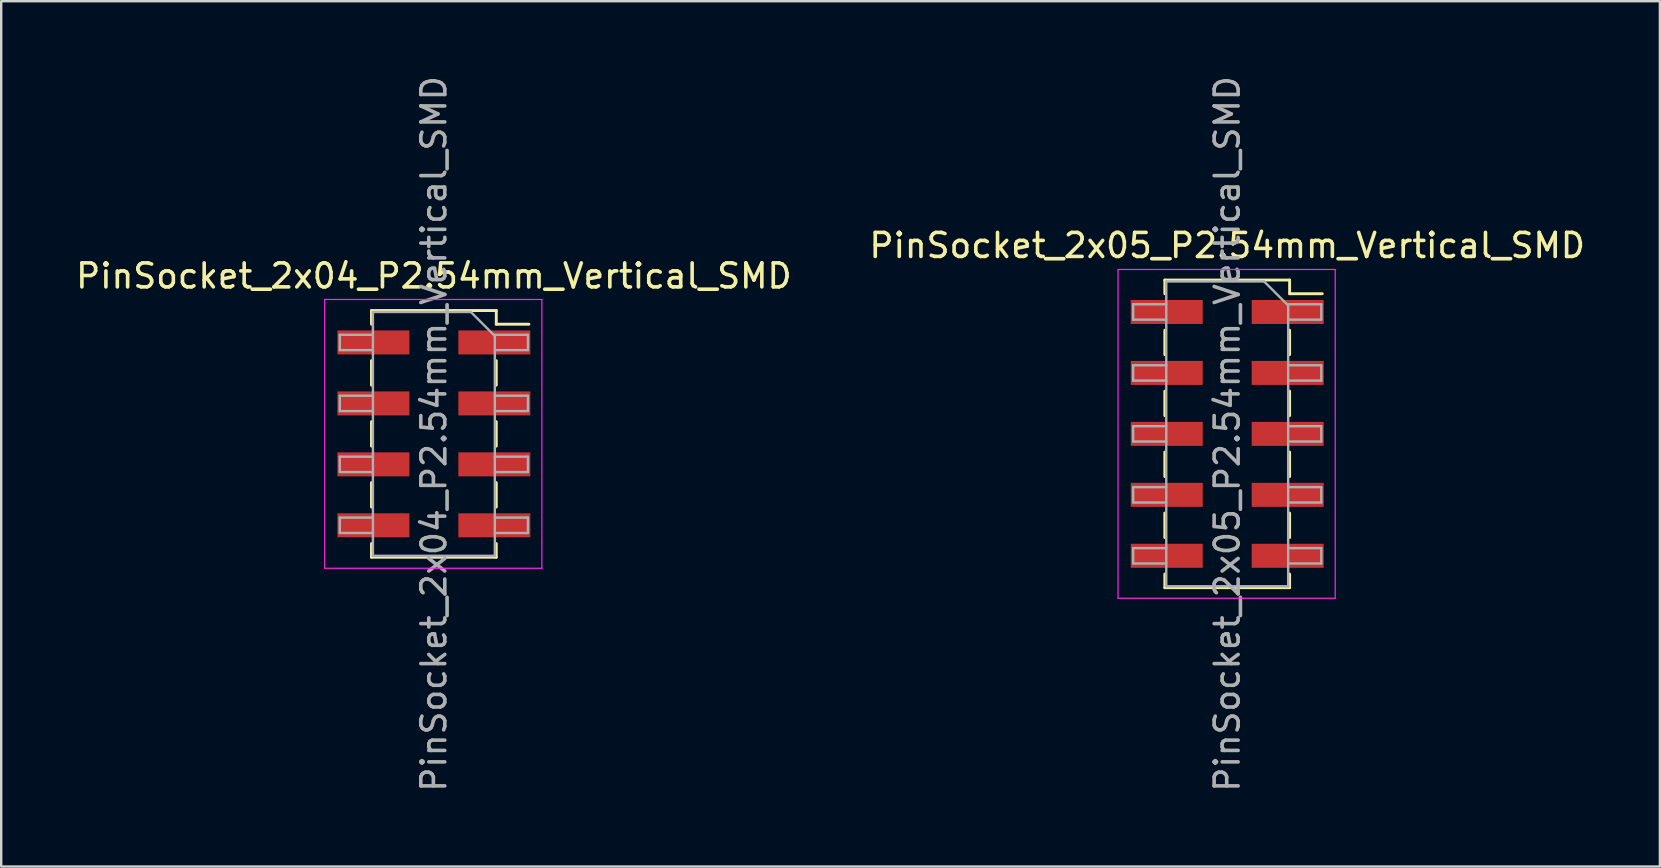
<source format=kicad_pcb>
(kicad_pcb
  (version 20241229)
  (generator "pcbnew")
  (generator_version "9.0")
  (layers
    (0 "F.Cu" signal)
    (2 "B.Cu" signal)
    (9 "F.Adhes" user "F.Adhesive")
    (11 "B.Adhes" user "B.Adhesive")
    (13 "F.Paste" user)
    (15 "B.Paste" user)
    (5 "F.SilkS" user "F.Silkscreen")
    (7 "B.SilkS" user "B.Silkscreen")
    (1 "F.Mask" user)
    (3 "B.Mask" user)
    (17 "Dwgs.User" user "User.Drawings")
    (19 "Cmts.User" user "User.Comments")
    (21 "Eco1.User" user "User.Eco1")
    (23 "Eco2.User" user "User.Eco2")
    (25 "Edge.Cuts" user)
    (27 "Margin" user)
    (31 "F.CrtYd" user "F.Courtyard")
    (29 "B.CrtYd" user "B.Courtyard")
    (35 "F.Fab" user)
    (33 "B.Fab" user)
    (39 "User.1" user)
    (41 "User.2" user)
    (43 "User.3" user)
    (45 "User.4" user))
  (footprint "PinSocket_2x04_P2.54mm_Vertical_SMD"
    (layer "F.Cu")
    (at 15.03 15.03)
    (property "Reference" "PinSocket_2x04_P2.54mm_Vertical_SMD" (at 0 -6.58 0) (layer "F.SilkS") (effects (font (size 1 1) (thickness 0.15))))
    (attr smd)
    (fp_line (start -2.6 -5.14) (end -2.6 -4.57) (stroke (width 0.12) (type solid)) (layer "F.SilkS"))
    (fp_line (start -2.6 -5.14) (end 2.6 -5.14) (stroke (width 0.12) (type solid)) (layer "F.SilkS"))
    (fp_line (start -2.6 -3.05) (end -2.6 -2.03) (stroke (width 0.12) (type solid)) (layer "F.SilkS"))
    (fp_line (start -2.6 -0.51) (end -2.6 0.51) (stroke (width 0.12) (type solid)) (layer "F.SilkS"))
    (fp_line (start -2.6 2.03) (end -2.6 3.05) (stroke (width 0.12) (type solid)) (layer "F.SilkS"))
    (fp_line (start -2.6 4.57) (end -2.6 5.14) (stroke (width 0.12) (type solid)) (layer "F.SilkS"))
    (fp_line (start -2.6 5.14) (end 2.6 5.14) (stroke (width 0.12) (type solid)) (layer "F.SilkS"))
    (fp_line (start 2.6 -5.14) (end 2.6 -4.57) (stroke (width 0.12) (type solid)) (layer "F.SilkS"))
    (fp_line (start 2.6 -4.57) (end 3.96 -4.57) (stroke (width 0.12) (type solid)) (layer "F.SilkS"))
    (fp_line (start 2.6 -3.05) (end 2.6 -2.03) (stroke (width 0.12) (type solid)) (layer "F.SilkS"))
    (fp_line (start 2.6 -0.51) (end 2.6 0.51) (stroke (width 0.12) (type solid)) (layer "F.SilkS"))
    (fp_line (start 2.6 2.03) (end 2.6 3.05) (stroke (width 0.12) (type solid)) (layer "F.SilkS"))
    (fp_line (start 2.6 4.57) (end 2.6 5.14) (stroke (width 0.12) (type solid)) (layer "F.SilkS"))
    (fp_line (start -4.55 -5.6) (end 4.5 -5.6) (stroke (width 0.05) (type solid)) (layer "F.CrtYd"))
    (fp_line (start -4.55 5.6) (end -4.55 -5.6) (stroke (width 0.05) (type solid)) (layer "F.CrtYd"))
    (fp_line (start 4.5 -5.6) (end 4.5 5.6) (stroke (width 0.05) (type solid)) (layer "F.CrtYd"))
    (fp_line (start 4.5 5.6) (end -4.55 5.6) (stroke (width 0.05) (type solid)) (layer "F.CrtYd"))
    (fp_line (start -3.92 -4.13) (end -2.54 -4.13) (stroke (width 0.1) (type solid)) (layer "F.Fab"))
    (fp_line (start -3.92 -3.49) (end -3.92 -4.13) (stroke (width 0.1) (type solid)) (layer "F.Fab"))
    (fp_line (start -3.92 -1.59) (end -2.54 -1.59) (stroke (width 0.1) (type solid)) (layer "F.Fab"))
    (fp_line (start -3.92 -0.95) (end -3.92 -1.59) (stroke (width 0.1) (type solid)) (layer "F.Fab"))
    (fp_line (start -3.92 0.95) (end -2.54 0.95) (stroke (width 0.1) (type solid)) (layer "F.Fab"))
    (fp_line (start -3.92 1.59) (end -3.92 0.95) (stroke (width 0.1) (type solid)) (layer "F.Fab"))
    (fp_line (start -3.92 3.49) (end -2.54 3.49) (stroke (width 0.1) (type solid)) (layer "F.Fab"))
    (fp_line (start -3.92 4.13) (end -3.92 3.49) (stroke (width 0.1) (type solid)) (layer "F.Fab"))
    (fp_line (start -2.54 -5.08) (end 1.54 -5.08) (stroke (width 0.1) (type solid)) (layer "F.Fab"))
    (fp_line (start -2.54 -3.49) (end -3.92 -3.49) (stroke (width 0.1) (type solid)) (layer "F.Fab"))
    (fp_line (start -2.54 -0.95) (end -3.92 -0.95) (stroke (width 0.1) (type solid)) (layer "F.Fab"))
    (fp_line (start -2.54 1.59) (end -3.92 1.59) (stroke (width 0.1) (type solid)) (layer "F.Fab"))
    (fp_line (start -2.54 4.13) (end -3.92 4.13) (stroke (width 0.1) (type solid)) (layer "F.Fab"))
    (fp_line (start -2.54 5.08) (end -2.54 -5.08) (stroke (width 0.1) (type solid)) (layer "F.Fab"))
    (fp_line (start 1.54 -5.08) (end 2.54 -4.08) (stroke (width 0.1) (type solid)) (layer "F.Fab"))
    (fp_line (start 2.54 -4.13) (end 3.92 -4.13) (stroke (width 0.1) (type solid)) (layer "F.Fab"))
    (fp_line (start 2.54 -4.08) (end 2.54 5.08) (stroke (width 0.1) (type solid)) (layer "F.Fab"))
    (fp_line (start 2.54 -1.59) (end 3.92 -1.59) (stroke (width 0.1) (type solid)) (layer "F.Fab"))
    (fp_line (start 2.54 0.95) (end 3.92 0.95) (stroke (width 0.1) (type solid)) (layer "F.Fab"))
    (fp_line (start 2.54 3.49) (end 3.92 3.49) (stroke (width 0.1) (type solid)) (layer "F.Fab"))
    (fp_line (start 2.54 5.08) (end -2.54 5.08) (stroke (width 0.1) (type solid)) (layer "F.Fab"))
    (fp_line (start 3.92 -4.13) (end 3.92 -3.49) (stroke (width 0.1) (type solid)) (layer "F.Fab"))
    (fp_line (start 3.92 -3.49) (end 2.54 -3.49) (stroke (width 0.1) (type solid)) (layer "F.Fab"))
    (fp_line (start 3.92 -1.59) (end 3.92 -0.95) (stroke (width 0.1) (type solid)) (layer "F.Fab"))
    (fp_line (start 3.92 -0.95) (end 2.54 -0.95) (stroke (width 0.1) (type solid)) (layer "F.Fab"))
    (fp_line (start 3.92 0.95) (end 3.92 1.59) (stroke (width 0.1) (type solid)) (layer "F.Fab"))
    (fp_line (start 3.92 1.59) (end 2.54 1.59) (stroke (width 0.1) (type solid)) (layer "F.Fab"))
    (fp_line (start 3.92 3.49) (end 3.92 4.13) (stroke (width 0.1) (type solid)) (layer "F.Fab"))
    (fp_line (start 3.92 4.13) (end 2.54 4.13) (stroke (width 0.1) (type solid)) (layer "F.Fab"))
    (fp_text user "${REFERENCE}" (at 0 0 90) (layer "F.Fab") (effects (font (size 1 1) (thickness 0.15))))
    (pad "1" smd rect (at 2.52 -3.81) (size 3 1) (layers "F.Cu" "F.Mask" "F.Paste"))
    (pad "2" smd rect (at -2.52 -3.81) (size 3 1) (layers "F.Cu" "F.Mask" "F.Paste"))
    (pad "3" smd rect (at 2.52 -1.27) (size 3 1) (layers "F.Cu" "F.Mask" "F.Paste"))
    (pad "4" smd rect (at -2.52 -1.27) (size 3 1) (layers "F.Cu" "F.Mask" "F.Paste"))
    (pad "5" smd rect (at 2.52 1.27) (size 3 1) (layers "F.Cu" "F.Mask" "F.Paste"))
    (pad "6" smd rect (at -2.52 1.27) (size 3 1) (layers "F.Cu" "F.Mask" "F.Paste"))
    (pad "7" smd rect (at 2.52 3.81) (size 3 1) (layers "F.Cu" "F.Mask" "F.Paste"))
    (pad "8" smd rect (at -2.52 3.81) (size 3 1) (layers "F.Cu" "F.Mask" "F.Paste")))
  (footprint "PinSocket_2x05_P2.54mm_Vertical_SMD"
    (layer "F.Cu")
    (at 48.089 15.03)
    (property "Reference" "PinSocket_2x05_P2.54mm_Vertical_SMD" (at 0 -7.85 0) (layer "F.SilkS") (effects (font (size 1 1) (thickness 0.15))))
    (attr smd)
    (fp_line (start -2.6 -6.41) (end -2.6 -5.84) (stroke (width 0.12) (type solid)) (layer "F.SilkS"))
    (fp_line (start -2.6 -6.41) (end 2.6 -6.41) (stroke (width 0.12) (type solid)) (layer "F.SilkS"))
    (fp_line (start -2.6 -4.32) (end -2.6 -3.3) (stroke (width 0.12) (type solid)) (layer "F.SilkS"))
    (fp_line (start -2.6 -1.78) (end -2.6 -0.76) (stroke (width 0.12) (type solid)) (layer "F.SilkS"))
    (fp_line (start -2.6 0.76) (end -2.6 1.78) (stroke (width 0.12) (type solid)) (layer "F.SilkS"))
    (fp_line (start -2.6 3.3) (end -2.6 4.32) (stroke (width 0.12) (type solid)) (layer "F.SilkS"))
    (fp_line (start -2.6 5.84) (end -2.6 6.41) (stroke (width 0.12) (type solid)) (layer "F.SilkS"))
    (fp_line (start -2.6 6.41) (end 2.6 6.41) (stroke (width 0.12) (type solid)) (layer "F.SilkS"))
    (fp_line (start 2.6 -6.41) (end 2.6 -5.84) (stroke (width 0.12) (type solid)) (layer "F.SilkS"))
    (fp_line (start 2.6 -5.84) (end 3.96 -5.84) (stroke (width 0.12) (type solid)) (layer "F.SilkS"))
    (fp_line (start 2.6 -4.32) (end 2.6 -3.3) (stroke (width 0.12) (type solid)) (layer "F.SilkS"))
    (fp_line (start 2.6 -1.78) (end 2.6 -0.76) (stroke (width 0.12) (type solid)) (layer "F.SilkS"))
    (fp_line (start 2.6 0.76) (end 2.6 1.78) (stroke (width 0.12) (type solid)) (layer "F.SilkS"))
    (fp_line (start 2.6 3.3) (end 2.6 4.32) (stroke (width 0.12) (type solid)) (layer "F.SilkS"))
    (fp_line (start 2.6 5.84) (end 2.6 6.41) (stroke (width 0.12) (type solid)) (layer "F.SilkS"))
    (fp_line (start -4.55 -6.85) (end 4.5 -6.85) (stroke (width 0.05) (type solid)) (layer "F.CrtYd"))
    (fp_line (start -4.55 6.85) (end -4.55 -6.85) (stroke (width 0.05) (type solid)) (layer "F.CrtYd"))
    (fp_line (start 4.5 -6.85) (end 4.5 6.85) (stroke (width 0.05) (type solid)) (layer "F.CrtYd"))
    (fp_line (start 4.5 6.85) (end -4.55 6.85) (stroke (width 0.05) (type solid)) (layer "F.CrtYd"))
    (fp_line (start -3.92 -5.4) (end -2.54 -5.4) (stroke (width 0.1) (type solid)) (layer "F.Fab"))
    (fp_line (start -3.92 -4.76) (end -3.92 -5.4) (stroke (width 0.1) (type solid)) (layer "F.Fab"))
    (fp_line (start -3.92 -2.86) (end -2.54 -2.86) (stroke (width 0.1) (type solid)) (layer "F.Fab"))
    (fp_line (start -3.92 -2.22) (end -3.92 -2.86) (stroke (width 0.1) (type solid)) (layer "F.Fab"))
    (fp_line (start -3.92 -0.32) (end -2.54 -0.32) (stroke (width 0.1) (type solid)) (layer "F.Fab"))
    (fp_line (start -3.92 0.32) (end -3.92 -0.32) (stroke (width 0.1) (type solid)) (layer "F.Fab"))
    (fp_line (start -3.92 2.22) (end -2.54 2.22) (stroke (width 0.1) (type solid)) (layer "F.Fab"))
    (fp_line (start -3.92 2.86) (end -3.92 2.22) (stroke (width 0.1) (type solid)) (layer "F.Fab"))
    (fp_line (start -3.92 4.76) (end -2.54 4.76) (stroke (width 0.1) (type solid)) (layer "F.Fab"))
    (fp_line (start -3.92 5.4) (end -3.92 4.76) (stroke (width 0.1) (type solid)) (layer "F.Fab"))
    (fp_line (start -2.54 -6.35) (end 1.54 -6.35) (stroke (width 0.1) (type solid)) (layer "F.Fab"))
    (fp_line (start -2.54 -4.76) (end -3.92 -4.76) (stroke (width 0.1) (type solid)) (layer "F.Fab"))
    (fp_line (start -2.54 -2.22) (end -3.92 -2.22) (stroke (width 0.1) (type solid)) (layer "F.Fab"))
    (fp_line (start -2.54 0.32) (end -3.92 0.32) (stroke (width 0.1) (type solid)) (layer "F.Fab"))
    (fp_line (start -2.54 2.86) (end -3.92 2.86) (stroke (width 0.1) (type solid)) (layer "F.Fab"))
    (fp_line (start -2.54 5.4) (end -3.92 5.4) (stroke (width 0.1) (type solid)) (layer "F.Fab"))
    (fp_line (start -2.54 6.35) (end -2.54 -6.35) (stroke (width 0.1) (type solid)) (layer "F.Fab"))
    (fp_line (start 1.54 -6.35) (end 2.54 -5.35) (stroke (width 0.1) (type solid)) (layer "F.Fab"))
    (fp_line (start 2.54 -5.4) (end 3.92 -5.4) (stroke (width 0.1) (type solid)) (layer "F.Fab"))
    (fp_line (start 2.54 -5.35) (end 2.54 6.35) (stroke (width 0.1) (type solid)) (layer "F.Fab"))
    (fp_line (start 2.54 -2.86) (end 3.92 -2.86) (stroke (width 0.1) (type solid)) (layer "F.Fab"))
    (fp_line (start 2.54 -0.32) (end 3.92 -0.32) (stroke (width 0.1) (type solid)) (layer "F.Fab"))
    (fp_line (start 2.54 2.22) (end 3.92 2.22) (stroke (width 0.1) (type solid)) (layer "F.Fab"))
    (fp_line (start 2.54 4.76) (end 3.92 4.76) (stroke (width 0.1) (type solid)) (layer "F.Fab"))
    (fp_line (start 2.54 6.35) (end -2.54 6.35) (stroke (width 0.1) (type solid)) (layer "F.Fab"))
    (fp_line (start 3.92 -5.4) (end 3.92 -4.76) (stroke (width 0.1) (type solid)) (layer "F.Fab"))
    (fp_line (start 3.92 -4.76) (end 2.54 -4.76) (stroke (width 0.1) (type solid)) (layer "F.Fab"))
    (fp_line (start 3.92 -2.86) (end 3.92 -2.22) (stroke (width 0.1) (type solid)) (layer "F.Fab"))
    (fp_line (start 3.92 -2.22) (end 2.54 -2.22) (stroke (width 0.1) (type solid)) (layer "F.Fab"))
    (fp_line (start 3.92 -0.32) (end 3.92 0.32) (stroke (width 0.1) (type solid)) (layer "F.Fab"))
    (fp_line (start 3.92 0.32) (end 2.54 0.32) (stroke (width 0.1) (type solid)) (layer "F.Fab"))
    (fp_line (start 3.92 2.22) (end 3.92 2.86) (stroke (width 0.1) (type solid)) (layer "F.Fab"))
    (fp_line (start 3.92 2.86) (end 2.54 2.86) (stroke (width 0.1) (type solid)) (layer "F.Fab"))
    (fp_line (start 3.92 4.76) (end 3.92 5.4) (stroke (width 0.1) (type solid)) (layer "F.Fab"))
    (fp_line (start 3.92 5.4) (end 2.54 5.4) (stroke (width 0.1) (type solid)) (layer "F.Fab"))
    (fp_text user "${REFERENCE}" (at 0 0 90) (layer "F.Fab") (effects (font (size 1 1) (thickness 0.15))))
    (pad "1" smd rect (at 2.52 -5.08) (size 3 1) (layers "F.Cu" "F.Mask" "F.Paste"))
    (pad "2" smd rect (at -2.52 -5.08) (size 3 1) (layers "F.Cu" "F.Mask" "F.Paste"))
    (pad "3" smd rect (at 2.52 -2.54) (size 3 1) (layers "F.Cu" "F.Mask" "F.Paste"))
    (pad "4" smd rect (at -2.52 -2.54) (size 3 1) (layers "F.Cu" "F.Mask" "F.Paste"))
    (pad "5" smd rect (at 2.52 0) (size 3 1) (layers "F.Cu" "F.Mask" "F.Paste"))
    (pad "6" smd rect (at -2.52 0) (size 3 1) (layers "F.Cu" "F.Mask" "F.Paste"))
    (pad "7" smd rect (at 2.52 2.54) (size 3 1) (layers "F.Cu" "F.Mask" "F.Paste"))
    (pad "8" smd rect (at -2.52 2.54) (size 3 1) (layers "F.Cu" "F.Mask" "F.Paste"))
    (pad "9" smd rect (at 2.52 5.08) (size 3 1) (layers "F.Cu" "F.Mask" "F.Paste"))
    (pad "10" smd rect (at -2.52 5.08) (size 3 1) (layers "F.Cu" "F.Mask" "F.Paste")))
  (gr_rect
    (start -3 -3)
    (end 66.119 33.06)
    (stroke (width 0.1) (type default))
    (fill no)
    (layer "Edge.Cuts")))
</source>
